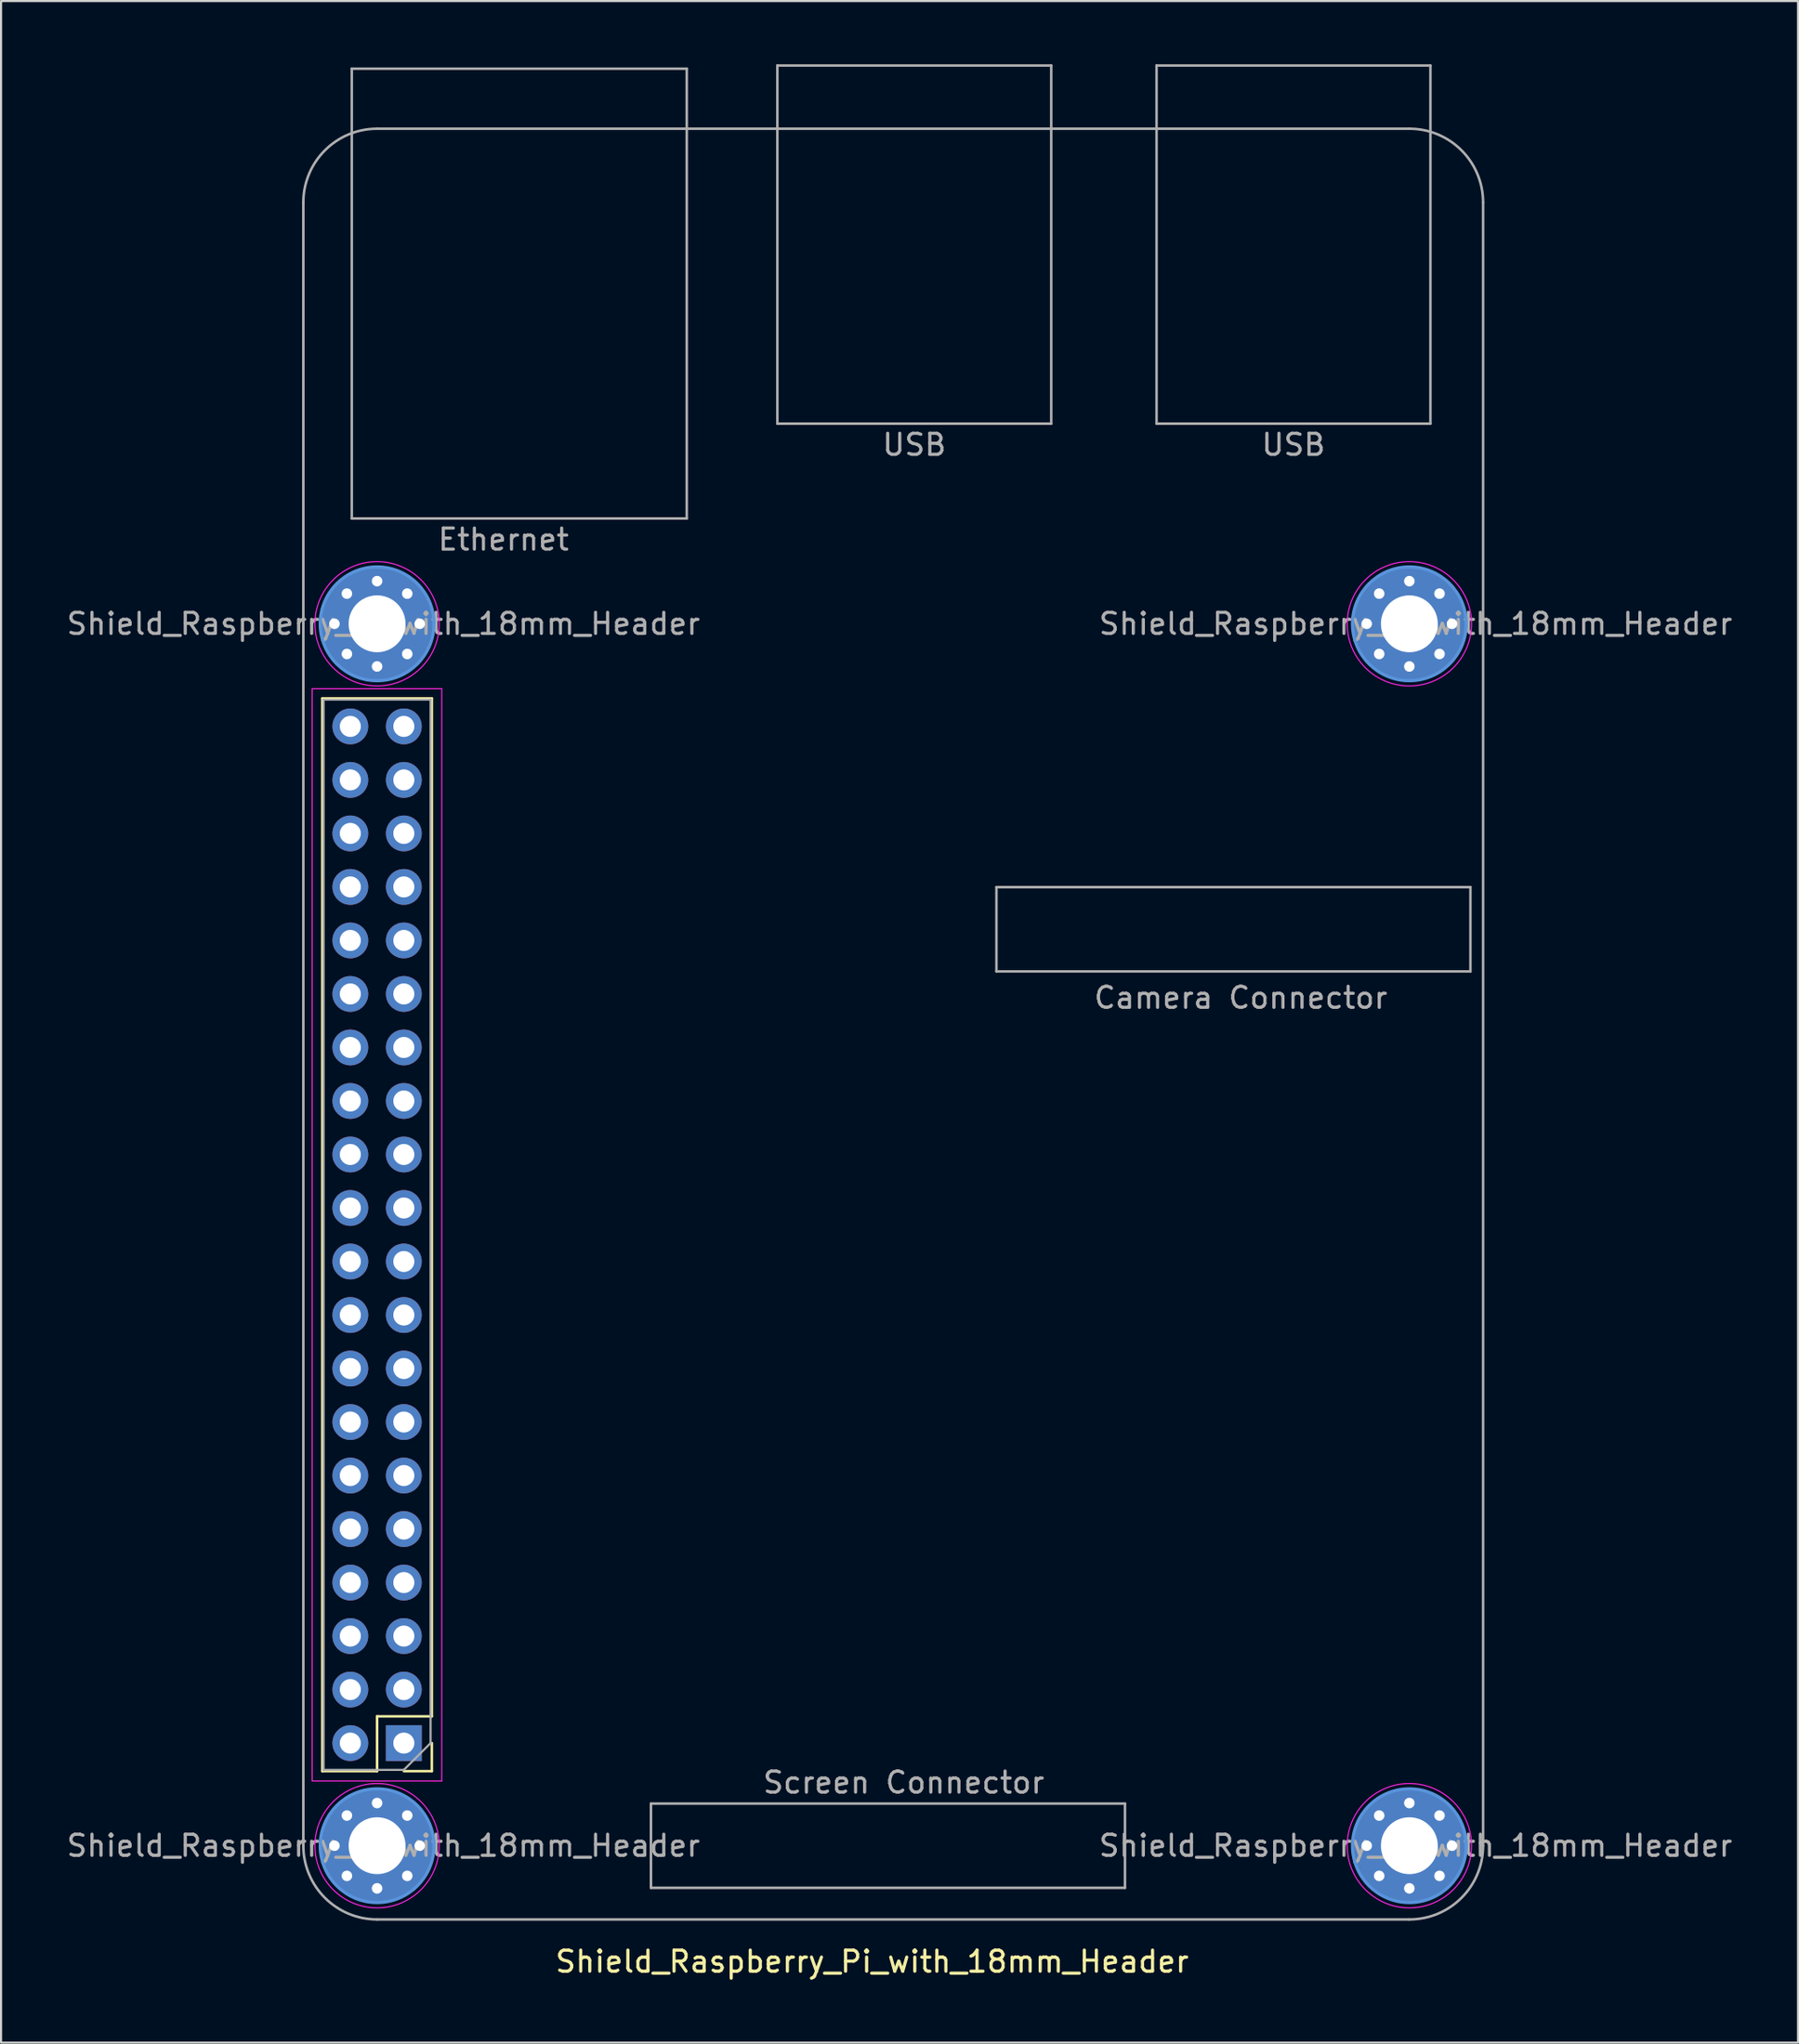
<source format=kicad_pcb>
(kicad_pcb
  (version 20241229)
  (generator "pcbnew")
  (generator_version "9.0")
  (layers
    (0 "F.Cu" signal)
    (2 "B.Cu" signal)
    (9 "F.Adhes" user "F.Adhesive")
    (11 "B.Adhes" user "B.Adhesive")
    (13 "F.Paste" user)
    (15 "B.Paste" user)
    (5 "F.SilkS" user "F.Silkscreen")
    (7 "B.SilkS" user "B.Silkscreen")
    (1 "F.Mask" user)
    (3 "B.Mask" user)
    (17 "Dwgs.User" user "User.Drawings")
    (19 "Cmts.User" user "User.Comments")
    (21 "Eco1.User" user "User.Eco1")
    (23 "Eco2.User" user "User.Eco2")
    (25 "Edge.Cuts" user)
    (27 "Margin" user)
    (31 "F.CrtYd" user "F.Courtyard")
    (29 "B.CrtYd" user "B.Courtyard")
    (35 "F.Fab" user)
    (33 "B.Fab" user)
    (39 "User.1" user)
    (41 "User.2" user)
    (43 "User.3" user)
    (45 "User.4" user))
  (footprint "Shield_Raspberry_Pi_with_18mm_Header"
    (layer "F.Cu")
    (at 14.849 55.56)
    (property "Reference" "Shield_Raspberry_Pi_with_18mm_Header" (at 23.5 34.5 0) (layer "F.SilkS") (effects (font (size 1 1) (thickness 0.15))))
    (attr through_hole)
    (fp_line (start -2.6 25.46) (end -2.6 -25.46) (stroke (width 0.12) (type solid)) (layer "F.SilkS"))
    (fp_line (start 0 22.86) (end 0 25.46) (stroke (width 0.12) (type solid)) (layer "F.SilkS"))
    (fp_line (start 0 25.46) (end -2.6 25.46) (stroke (width 0.12) (type solid)) (layer "F.SilkS"))
    (fp_line (start 2.6 -25.46) (end -2.6 -25.46) (stroke (width 0.12) (type solid)) (layer "F.SilkS"))
    (fp_line (start 2.6 22.86) (end 0 22.86) (stroke (width 0.12) (type solid)) (layer "F.SilkS"))
    (fp_line (start 2.6 22.86) (end 2.6 -25.46) (stroke (width 0.12) (type solid)) (layer "F.SilkS"))
    (fp_line (start 2.6 24.13) (end 2.6 25.46) (stroke (width 0.12) (type solid)) (layer "F.SilkS"))
    (fp_line (start 2.6 25.46) (end 1.27 25.46) (stroke (width 0.12) (type solid)) (layer "F.SilkS"))
    (fp_circle (center 0 -29) (end 2.7 -29) (stroke (width 0.15) (type solid)) (fill no) (layer "Cmts.User"))
    (fp_circle (center 0 29) (end 2.7 29) (stroke (width 0.15) (type solid)) (fill no) (layer "Cmts.User"))
    (fp_circle (center 49 -29) (end 51.7 -29) (stroke (width 0.15) (type solid)) (fill no) (layer "Cmts.User"))
    (fp_circle (center 49 29) (end 51.7 29) (stroke (width 0.15) (type solid)) (fill no) (layer "Cmts.User"))
    (fp_line (start -3.08 -25.92) (end -3.08 25.93) (stroke (width 0.05) (type solid)) (layer "F.CrtYd"))
    (fp_line (start -3.08 25.93) (end 3.07 25.93) (stroke (width 0.05) (type solid)) (layer "F.CrtYd"))
    (fp_line (start 3.07 -25.92) (end -3.08 -25.92) (stroke (width 0.05) (type solid)) (layer "F.CrtYd"))
    (fp_line (start 3.07 25.93) (end 3.07 -25.92) (stroke (width 0.05) (type solid)) (layer "F.CrtYd"))
    (fp_circle (center 0 -29) (end 2.95 -29) (stroke (width 0.05) (type solid)) (fill no) (layer "F.CrtYd"))
    (fp_circle (center 0 29) (end 2.95 29) (stroke (width 0.05) (type solid)) (fill no) (layer "F.CrtYd"))
    (fp_circle (center 49 -29) (end 51.95 -29) (stroke (width 0.05) (type solid)) (fill no) (layer "F.CrtYd"))
    (fp_circle (center 49 29) (end 51.95 29) (stroke (width 0.05) (type solid)) (fill no) (layer "F.CrtYd"))
    (fp_line (start -3.5 -49) (end -3.5 29) (stroke (width 0.12) (type solid)) (layer "F.Fab"))
    (fp_line (start -2.54 -25.4) (end 2.54 -25.4) (stroke (width 0.1) (type solid)) (layer "F.Fab"))
    (fp_line (start -2.54 25.4) (end -2.54 -25.4) (stroke (width 0.1) (type solid)) (layer "F.Fab"))
    (fp_line (start -1.2 -55.35) (end -1.2 -34) (stroke (width 0.12) (type solid)) (layer "F.Fab"))
    (fp_line (start -1.2 -34) (end 14.7 -34) (stroke (width 0.12) (type solid)) (layer "F.Fab"))
    (fp_line (start 0 32.5) (end 49 32.5) (stroke (width 0.12) (type solid)) (layer "F.Fab"))
    (fp_line (start 1.27 25.4) (end -2.54 25.4) (stroke (width 0.1) (type solid)) (layer "F.Fab"))
    (fp_line (start 2.54 -25.4) (end 2.54 24.13) (stroke (width 0.1) (type solid)) (layer "F.Fab"))
    (fp_line (start 2.54 24.13) (end 1.27 25.4) (stroke (width 0.1) (type solid)) (layer "F.Fab"))
    (fp_line (start 13 27) (end 13 31) (stroke (width 0.12) (type solid)) (layer "F.Fab"))
    (fp_line (start 13 31) (end 35.5 31) (stroke (width 0.12) (type solid)) (layer "F.Fab"))
    (fp_line (start 14.7 -55.35) (end -1.2 -55.35) (stroke (width 0.12) (type solid)) (layer "F.Fab"))
    (fp_line (start 14.7 -34) (end 14.7 -55.35) (stroke (width 0.12) (type solid)) (layer "F.Fab"))
    (fp_line (start 19 -55.5) (end 32 -55.5) (stroke (width 0.12) (type solid)) (layer "F.Fab"))
    (fp_line (start 19 -38.5) (end 19 -55.5) (stroke (width 0.12) (type solid)) (layer "F.Fab"))
    (fp_line (start 29.4 -16.5) (end 29.4 -12.5) (stroke (width 0.12) (type solid)) (layer "F.Fab"))
    (fp_line (start 29.4 -12.5) (end 51.9 -12.5) (stroke (width 0.12) (type solid)) (layer "F.Fab"))
    (fp_line (start 32 -55.5) (end 32 -38.5) (stroke (width 0.12) (type solid)) (layer "F.Fab"))
    (fp_line (start 32 -38.5) (end 19 -38.5) (stroke (width 0.12) (type solid)) (layer "F.Fab"))
    (fp_line (start 35.5 27) (end 13 27) (stroke (width 0.12) (type solid)) (layer "F.Fab"))
    (fp_line (start 35.5 31) (end 35.5 27) (stroke (width 0.12) (type solid)) (layer "F.Fab"))
    (fp_line (start 37 -55.5) (end 50 -55.5) (stroke (width 0.12) (type solid)) (layer "F.Fab"))
    (fp_line (start 37 -38.5) (end 37 -55.5) (stroke (width 0.12) (type solid)) (layer "F.Fab"))
    (fp_line (start 49 -52.5) (end 0 -52.5) (stroke (width 0.12) (type solid)) (layer "F.Fab"))
    (fp_line (start 50 -55.5) (end 50 -38.5) (stroke (width 0.12) (type solid)) (layer "F.Fab"))
    (fp_line (start 50 -38.5) (end 37 -38.5) (stroke (width 0.12) (type solid)) (layer "F.Fab"))
    (fp_line (start 51.9 -16.5) (end 29.4 -16.5) (stroke (width 0.12) (type solid)) (layer "F.Fab"))
    (fp_line (start 51.9 -12.5) (end 51.9 -16.5) (stroke (width 0.12) (type solid)) (layer "F.Fab"))
    (fp_line (start 52.5 29) (end 52.5 -49) (stroke (width 0.12) (type solid)) (layer "F.Fab"))
    (fp_arc (start -3.5 -49) (mid -2.474874 -51.474874) (end 0 -52.5) (stroke (width 0.12) (type solid)) (layer "F.Fab"))
    (fp_arc (start 0 32.5) (mid -2.474874 31.474874) (end -3.5 29) (stroke (width 0.12) (type solid)) (layer "F.Fab"))
    (fp_arc (start 49 -52.5) (mid 51.474874 -51.474874) (end 52.5 -49) (stroke (width 0.12) (type solid)) (layer "F.Fab"))
    (fp_arc (start 52.5 29) (mid 51.474874 31.474874) (end 49 32.5) (stroke (width 0.12) (type solid)) (layer "F.Fab"))
    (fp_text user "Camera Connector" (at 41 -11.25 0) (layer "F.Fab") (effects (font (size 1 1) (thickness 0.15))))
    (fp_text user "Screen Connector" (at 25 26 0) (layer "F.Fab") (effects (font (size 1 1) (thickness 0.15))))
    (fp_text user "${REFERENCE}" (at 0.3 -29 0) (layer "F.Fab") (effects (font (size 1 1) (thickness 0.15))))
    (fp_text user "USB" (at 25.5 -37.5 0) (layer "F.Fab") (effects (font (size 1 1) (thickness 0.15))))
    (fp_text user "${REFERENCE}" (at 49.3 29 0) (layer "F.Fab") (effects (font (size 1 1) (thickness 0.15))))
    (fp_text user "Ethernet" (at 6 -33 0) (layer "F.Fab") (effects (font (size 1 1) (thickness 0.15))))
    (fp_text user "USB" (at 43.5 -37.5 0) (layer "F.Fab") (effects (font (size 1 1) (thickness 0.15))))
    (fp_text user "${REFERENCE}" (at 49.3 -29 0) (layer "F.Fab") (effects (font (size 1 1) (thickness 0.15))))
    (fp_text user "${REFERENCE}" (at 0.3 29 0) (layer "F.Fab") (effects (font (size 1 1) (thickness 0.15))))
    (pad "1" thru_hole rect (at 1.27 24.13 180) (size 1.7 1.7) (drill 1) (layers "*.Cu" "*.Mask"))
    (pad "2" thru_hole oval (at -1.27 24.13 180) (size 1.7 1.7) (drill 1) (layers "*.Cu" "*.Mask"))
    (pad "3" thru_hole oval (at 1.27 21.59 180) (size 1.7 1.7) (drill 1) (layers "*.Cu" "*.Mask"))
    (pad "4" thru_hole oval (at -1.27 21.59 180) (size 1.7 1.7) (drill 1) (layers "*.Cu" "*.Mask"))
    (pad "5" thru_hole oval (at 1.27 19.05 180) (size 1.7 1.7) (drill 1) (layers "*.Cu" "*.Mask"))
    (pad "6" thru_hole oval (at -1.27 19.05 180) (size 1.7 1.7) (drill 1) (layers "*.Cu" "*.Mask"))
    (pad "7" thru_hole oval (at 1.27 16.51 180) (size 1.7 1.7) (drill 1) (layers "*.Cu" "*.Mask"))
    (pad "8" thru_hole oval (at -1.27 16.51 180) (size 1.7 1.7) (drill 1) (layers "*.Cu" "*.Mask"))
    (pad "9" thru_hole oval (at 1.27 13.97 180) (size 1.7 1.7) (drill 1) (layers "*.Cu" "*.Mask"))
    (pad "10" thru_hole oval (at -1.27 13.97 180) (size 1.7 1.7) (drill 1) (layers "*.Cu" "*.Mask"))
    (pad "11" thru_hole oval (at 1.27 11.43 180) (size 1.7 1.7) (drill 1) (layers "*.Cu" "*.Mask"))
    (pad "12" thru_hole oval (at -1.27 11.43 180) (size 1.7 1.7) (drill 1) (layers "*.Cu" "*.Mask"))
    (pad "13" thru_hole oval (at 1.27 8.89 180) (size 1.7 1.7) (drill 1) (layers "*.Cu" "*.Mask"))
    (pad "14" thru_hole oval (at -1.27 8.89 180) (size 1.7 1.7) (drill 1) (layers "*.Cu" "*.Mask"))
    (pad "15" thru_hole oval (at 1.27 6.35 180) (size 1.7 1.7) (drill 1) (layers "*.Cu" "*.Mask"))
    (pad "16" thru_hole oval (at -1.27 6.35 180) (size 1.7 1.7) (drill 1) (layers "*.Cu" "*.Mask"))
    (pad "17" thru_hole oval (at 1.27 3.81 180) (size 1.7 1.7) (drill 1) (layers "*.Cu" "*.Mask"))
    (pad "18" thru_hole oval (at -1.27 3.81 180) (size 1.7 1.7) (drill 1) (layers "*.Cu" "*.Mask"))
    (pad "19" thru_hole oval (at 1.27 1.27 180) (size 1.7 1.7) (drill 1) (layers "*.Cu" "*.Mask"))
    (pad "20" thru_hole oval (at -1.27 1.27 180) (size 1.7 1.7) (drill 1) (layers "*.Cu" "*.Mask"))
    (pad "21" thru_hole oval (at 1.27 -1.27 180) (size 1.7 1.7) (drill 1) (layers "*.Cu" "*.Mask"))
    (pad "22" thru_hole oval (at -1.27 -1.27 180) (size 1.7 1.7) (drill 1) (layers "*.Cu" "*.Mask"))
    (pad "23" thru_hole oval (at 1.27 -3.81 180) (size 1.7 1.7) (drill 1) (layers "*.Cu" "*.Mask"))
    (pad "24" thru_hole oval (at -1.27 -3.81 180) (size 1.7 1.7) (drill 1) (layers "*.Cu" "*.Mask"))
    (pad "25" thru_hole oval (at 1.27 -6.35 180) (size 1.7 1.7) (drill 1) (layers "*.Cu" "*.Mask"))
    (pad "26" thru_hole oval (at -1.27 -6.35 180) (size 1.7 1.7) (drill 1) (layers "*.Cu" "*.Mask"))
    (pad "27" thru_hole oval (at 1.27 -8.89 180) (size 1.7 1.7) (drill 1) (layers "*.Cu" "*.Mask"))
    (pad "28" thru_hole oval (at -1.27 -8.89 180) (size 1.7 1.7) (drill 1) (layers "*.Cu" "*.Mask"))
    (pad "29" thru_hole oval (at 1.27 -11.43 180) (size 1.7 1.7) (drill 1) (layers "*.Cu" "*.Mask"))
    (pad "30" thru_hole oval (at -1.27 -11.43 180) (size 1.7 1.7) (drill 1) (layers "*.Cu" "*.Mask"))
    (pad "31" thru_hole oval (at 1.27 -13.97 180) (size 1.7 1.7) (drill 1) (layers "*.Cu" "*.Mask"))
    (pad "32" thru_hole oval (at -1.27 -13.97 180) (size 1.7 1.7) (drill 1) (layers "*.Cu" "*.Mask"))
    (pad "33" thru_hole oval (at 1.27 -16.51 180) (size 1.7 1.7) (drill 1) (layers "*.Cu" "*.Mask"))
    (pad "34" thru_hole oval (at -1.27 -16.51 180) (size 1.7 1.7) (drill 1) (layers "*.Cu" "*.Mask"))
    (pad "35" thru_hole oval (at 1.27 -19.05 180) (size 1.7 1.7) (drill 1) (layers "*.Cu" "*.Mask"))
    (pad "36" thru_hole oval (at -1.27 -19.05 180) (size 1.7 1.7) (drill 1) (layers "*.Cu" "*.Mask"))
    (pad "37" thru_hole oval (at 1.27 -21.59 180) (size 1.7 1.7) (drill 1) (layers "*.Cu" "*.Mask"))
    (pad "38" thru_hole oval (at -1.27 -21.59 180) (size 1.7 1.7) (drill 1) (layers "*.Cu" "*.Mask"))
    (pad "39" thru_hole oval (at 1.27 -24.13 180) (size 1.7 1.7) (drill 1) (layers "*.Cu" "*.Mask"))
    (pad "40" thru_hole oval (at -1.27 -24.13 180) (size 1.7 1.7) (drill 1) (layers "*.Cu" "*.Mask"))
    (pad "MH" thru_hole circle (at -2.025 -29) (size 0.8 0.8) (drill 0.5) (layers "*.Cu" "*.Mask"))
    (pad "MH" thru_hole circle (at -2.025 29) (size 0.8 0.8) (drill 0.5) (layers "*.Cu" "*.Mask"))
    (pad "MH" thru_hole circle (at -1.432 -30.432) (size 0.8 0.8) (drill 0.5) (layers "*.Cu" "*.Mask"))
    (pad "MH" thru_hole circle (at -1.432 -27.568) (size 0.8 0.8) (drill 0.5) (layers "*.Cu" "*.Mask"))
    (pad "MH" thru_hole circle (at -1.432 27.568) (size 0.8 0.8) (drill 0.5) (layers "*.Cu" "*.Mask"))
    (pad "MH" thru_hole circle (at -1.432 30.432) (size 0.8 0.8) (drill 0.5) (layers "*.Cu" "*.Mask"))
    (pad "MH" thru_hole circle (at 0 -31.025) (size 0.8 0.8) (drill 0.5) (layers "*.Cu" "*.Mask"))
    (pad "MH" thru_hole circle (at 0 -29) (size 5.4 5.4) (drill 2.7) (layers "*.Cu" "*.Mask"))
    (pad "MH" thru_hole circle (at 0 -26.975) (size 0.8 0.8) (drill 0.5) (layers "*.Cu" "*.Mask"))
    (pad "MH" thru_hole circle (at 0 26.975) (size 0.8 0.8) (drill 0.5) (layers "*.Cu" "*.Mask"))
    (pad "MH" thru_hole circle (at 0 29) (size 5.4 5.4) (drill 2.7) (layers "*.Cu" "*.Mask"))
    (pad "MH" thru_hole circle (at 0 31.025) (size 0.8 0.8) (drill 0.5) (layers "*.Cu" "*.Mask"))
    (pad "MH" thru_hole circle (at 1.432 -30.432) (size 0.8 0.8) (drill 0.5) (layers "*.Cu" "*.Mask"))
    (pad "MH" thru_hole circle (at 1.432 -27.568) (size 0.8 0.8) (drill 0.5) (layers "*.Cu" "*.Mask"))
    (pad "MH" thru_hole circle (at 1.432 27.568) (size 0.8 0.8) (drill 0.5) (layers "*.Cu" "*.Mask"))
    (pad "MH" thru_hole circle (at 1.432 30.432) (size 0.8 0.8) (drill 0.5) (layers "*.Cu" "*.Mask"))
    (pad "MH" thru_hole circle (at 2.025 -29) (size 0.8 0.8) (drill 0.5) (layers "*.Cu" "*.Mask"))
    (pad "MH" thru_hole circle (at 2.025 29) (size 0.8 0.8) (drill 0.5) (layers "*.Cu" "*.Mask"))
    (pad "MH" thru_hole circle (at 46.975 -29) (size 0.8 0.8) (drill 0.5) (layers "*.Cu" "*.Mask"))
    (pad "MH" thru_hole circle (at 46.975 29) (size 0.8 0.8) (drill 0.5) (layers "*.Cu" "*.Mask"))
    (pad "MH" thru_hole circle (at 47.568 -30.432) (size 0.8 0.8) (drill 0.5) (layers "*.Cu" "*.Mask"))
    (pad "MH" thru_hole circle (at 47.568 -27.568) (size 0.8 0.8) (drill 0.5) (layers "*.Cu" "*.Mask"))
    (pad "MH" thru_hole circle (at 47.568 27.568) (size 0.8 0.8) (drill 0.5) (layers "*.Cu" "*.Mask"))
    (pad "MH" thru_hole circle (at 47.568 30.432) (size 0.8 0.8) (drill 0.5) (layers "*.Cu" "*.Mask"))
    (pad "MH" thru_hole circle (at 49 -31.025) (size 0.8 0.8) (drill 0.5) (layers "*.Cu" "*.Mask"))
    (pad "MH" thru_hole circle (at 49 -29) (size 5.4 5.4) (drill 2.7) (layers "*.Cu" "*.Mask"))
    (pad "MH" thru_hole circle (at 49 -26.975) (size 0.8 0.8) (drill 0.5) (layers "*.Cu" "*.Mask"))
    (pad "MH" thru_hole circle (at 49 26.975) (size 0.8 0.8) (drill 0.5) (layers "*.Cu" "*.Mask"))
    (pad "MH" thru_hole circle (at 49 29) (size 5.4 5.4) (drill 2.7) (layers "*.Cu" "*.Mask"))
    (pad "MH" thru_hole circle (at 49 31.025) (size 0.8 0.8) (drill 0.5) (layers "*.Cu" "*.Mask"))
    (pad "MH" thru_hole circle (at 50.432 -30.432) (size 0.8 0.8) (drill 0.5) (layers "*.Cu" "*.Mask"))
    (pad "MH" thru_hole circle (at 50.432 -27.568) (size 0.8 0.8) (drill 0.5) (layers "*.Cu" "*.Mask"))
    (pad "MH" thru_hole circle (at 50.432 27.568) (size 0.8 0.8) (drill 0.5) (layers "*.Cu" "*.Mask"))
    (pad "MH" thru_hole circle (at 50.432 30.432) (size 0.8 0.8) (drill 0.5) (layers "*.Cu" "*.Mask"))
    (pad "MH" thru_hole circle (at 51.025 -29) (size 0.8 0.8) (drill 0.5) (layers "*.Cu" "*.Mask"))
    (pad "MH" thru_hole circle (at 51.025 29) (size 0.8 0.8) (drill 0.5) (layers "*.Cu" "*.Mask")))
  (gr_rect
    (start -3 -3)
    (end 82.298 93.908)
    (stroke (width 0.1) (type default))
    (fill no)
    (layer "Edge.Cuts")))
</source>
